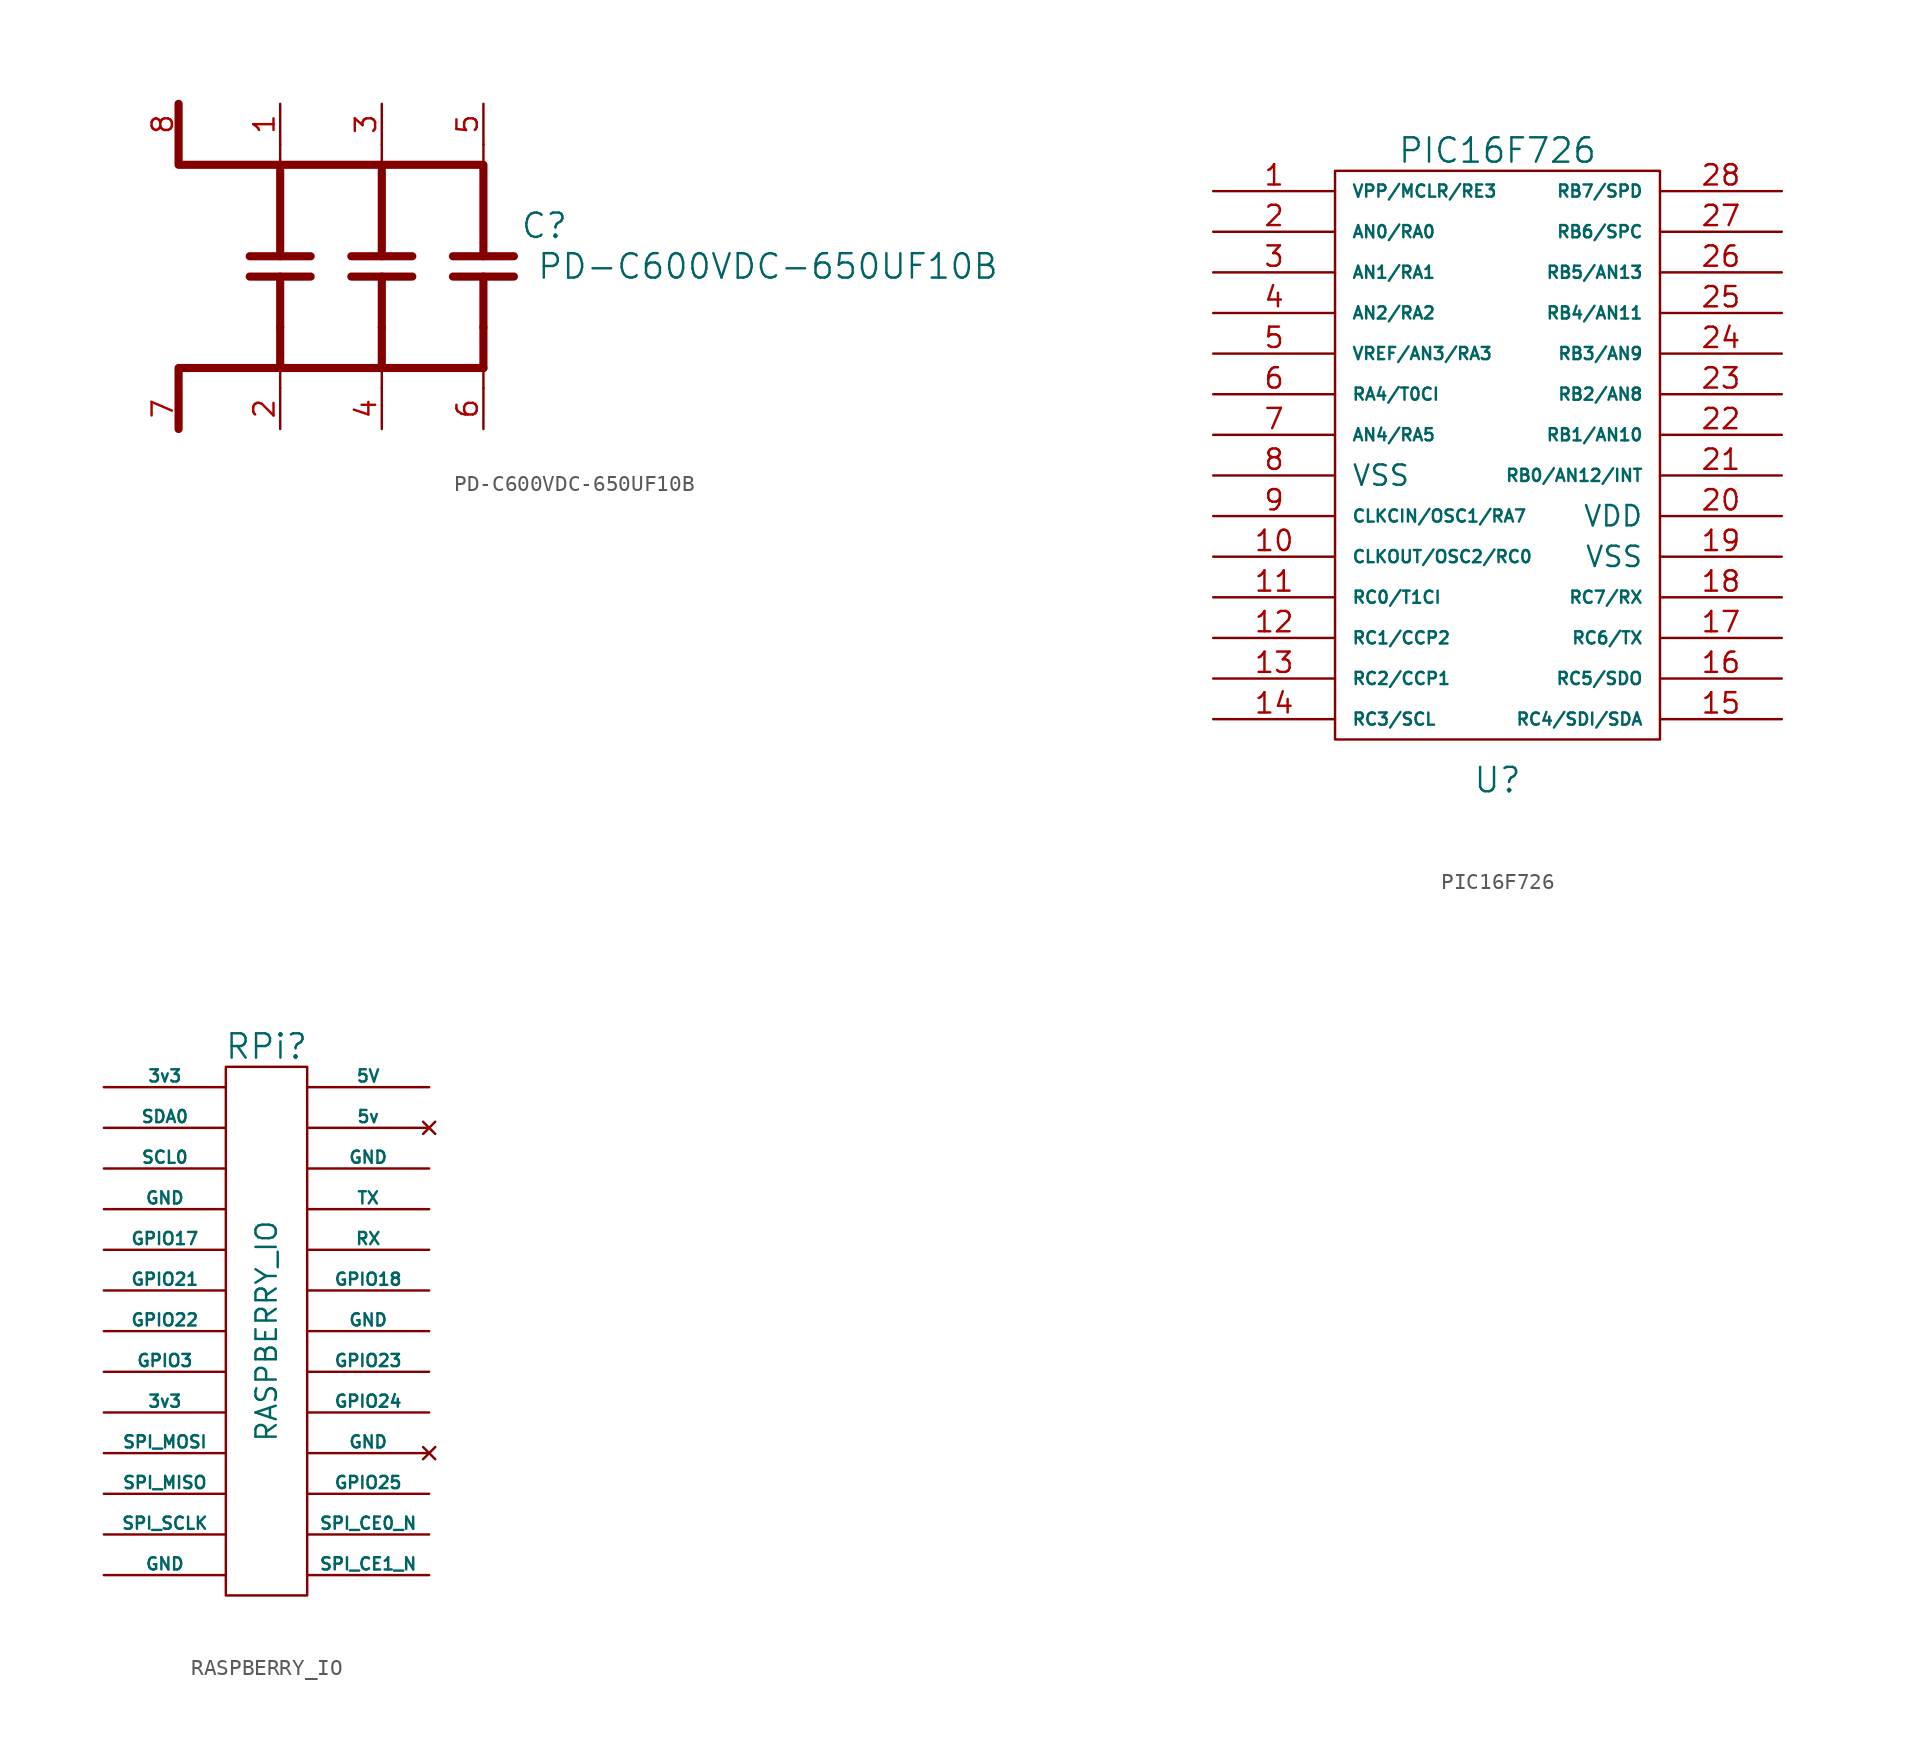
<source format=kicad_sym>
(kicad_symbol_lib
  (version 20211014)
  (generator kicad_symbol_editor)
  (symbol "PD-C600VDC-650UF10B"
    (pin_names
      (offset 1.016))
    (property "Reference" "C"
      (at 10.16 2.54 0)
      (effects (font (size 1.524 1.524))))
    (property "Value" "PD-C600VDC-650UF10B"
      (at 24.13 0 0)
      (effects (font (size 1.524 1.524))))
    (symbol "PD-C600VDC-650UF10B_0_1"
      (polyline (pts (xy -6.35 -7.62) (xy -6.35 -6.35)) (stroke (width 0) (type default) (color 0 0 0 0)) (fill (type none)))
      (polyline (pts (xy -6.35 -3.81) (xy -6.35 -6.35)) (stroke (width 0.508) (type default) (color 0 0 0 0)) (fill (type none)))
      (polyline (pts (xy -6.35 -0.635) (xy -6.35 -3.81)) (stroke (width 0.508) (type default) (color 0 0 0 0)) (fill (type none)))
      (polyline (pts (xy -6.35 0.635) (xy -6.35 6.35)) (stroke (width 0.508) (type default) (color 0 0 0 0)) (fill (type none)))
      (polyline (pts (xy -6.35 7.62) (xy -6.35 6.35)) (stroke (width 0) (type default) (color 0 0 0 0)) (fill (type none)))
      (polyline (pts (xy -1.905 0.635) (xy 1.905 0.635)) (stroke (width 0.508) (type default) (color 0 0 0 0)) (fill (type none)))
      (polyline (pts (xy 0 -7.62) (xy 0 -6.35)) (stroke (width 0) (type default) (color 0 0 0 0)) (fill (type none)))
      (polyline (pts (xy 0 -3.81) (xy 0 -6.35)) (stroke (width 0.508) (type default) (color 0 0 0 0)) (fill (type none)))
      (polyline (pts (xy 0 -0.635) (xy 0 -3.81)) (stroke (width 0.508) (type default) (color 0 0 0 0)) (fill (type none)))
      (polyline (pts (xy 0 0.635) (xy 0 6.35)) (stroke (width 0.508) (type default) (color 0 0 0 0)) (fill (type none)))
      (polyline (pts (xy 0 7.62) (xy 0 6.35)) (stroke (width 0) (type default) (color 0 0 0 0)) (fill (type none)))
      (polyline (pts (xy 1.905 -0.635) (xy -1.905 -0.635)) (stroke (width 0.508) (type default) (color 0 0 0 0)) (fill (type none)))
      (polyline (pts (xy 6.35 -7.62) (xy 6.35 -6.35)) (stroke (width 0) (type default) (color 0 0 0 0)) (fill (type none)))
      (polyline (pts (xy 6.35 -3.81) (xy 6.35 -6.35)) (stroke (width 0.508) (type default) (color 0 0 0 0)) (fill (type none)))
      (polyline (pts (xy 6.35 -0.635) (xy 6.35 -3.81)) (stroke (width 0.508) (type default) (color 0 0 0 0)) (fill (type none)))
      (polyline (pts (xy 6.35 -6.35) (xy -12.7 -6.35) (xy -12.7 -10.16)) (stroke (width 0.508) (type default) (color 0 0 0 0)) (fill (type none)))
      (polyline (pts (xy 6.35 0.635) (xy 6.35 6.35) (xy -12.7 6.35) (xy -12.7 10.16)) (stroke (width 0.508) (type default) (color 0 0 0 0)) (fill (type none))))
    (symbol "PD-C600VDC-650UF10B_1_1"
      (polyline (pts (xy -8.255 0.635) (xy -4.445 0.635)) (stroke (width 0.508) (type default) (color 0 0 0 0)) (fill (type none)))
      (polyline (pts (xy -4.445 -0.635) (xy -8.255 -0.635)) (stroke (width 0.508) (type default) (color 0 0 0 0)) (fill (type none)))
      (polyline (pts (xy 4.445 0.635) (xy 8.255 0.635)) (stroke (width 0.508) (type default) (color 0 0 0 0)) (fill (type none)))
      (polyline (pts (xy 6.35 7.62) (xy 6.35 6.35)) (stroke (width 0) (type default) (color 0 0 0 0)) (fill (type none)))
      (polyline (pts (xy 8.255 -0.635) (xy 4.445 -0.635)) (stroke (width 0.508) (type default) (color 0 0 0 0)) (fill (type none)))
      (pin passive line (at -6.35 10.16 270) (length 2.54) (name "~" (effects (font (size 1.27 1.27)))) (number "1" (effects (font (size 1.27 1.27)))))
      (pin passive line (at -6.35 -10.16 90) (length 2.54) (name "~" (effects (font (size 1.27 1.27)))) (number "2" (effects (font (size 1.27 1.27)))))
      (pin passive line (at 0 10.16 270) (length 2.54) (name "~" (effects (font (size 1.27 1.27)))) (number "3" (effects (font (size 1.27 1.27)))))
      (pin passive line (at 0 -10.16 90) (length 2.54) (name "~" (effects (font (size 1.27 1.27)))) (number "4" (effects (font (size 1.27 1.27)))))
      (pin passive line (at 6.35 10.16 270) (length 2.54) (name "~" (effects (font (size 1.27 1.27)))) (number "5" (effects (font (size 1.27 1.27)))))
      (pin passive line (at 6.35 -10.16 90) (length 2.54) (name "~" (effects (font (size 1.27 1.27)))) (number "6" (effects (font (size 1.27 1.27)))))
      (pin passive line (at -12.7 -10.16 90) (length 2.54) (name "~" (effects (font (size 1.27 1.27)))) (number "7" (effects (font (size 1.27 1.27)))))
      (pin passive line (at -12.7 10.16 270) (length 2.54) (name "~" (effects (font (size 1.27 1.27)))) (number "8" (effects (font (size 1.27 1.27)))))))
  (symbol "PIC16F726"
    (pin_names
      (offset 1.016))
    (property "Reference" "U"
      (at 0 -20.32 0)
      (effects (font (size 1.524 1.524))))
    (property "Value" "PIC16F726"
      (at 0 19.05 0)
      (effects (font (size 1.524 1.524))))
    (property "Footprint" ""
      (at 0 0 0)
      (effects (font (size 1.524 1.524))))
    (property "Datasheet" ""
      (at 0 0 0)
      (effects (font (size 1.524 1.524))))
    (symbol "PIC16F726_0_1"
      (rectangle (start -10.16 17.78) (end 10.16 -17.78) (stroke (width 0) (type default) (color 0 0 0 0)) (fill (type none))))
    (symbol "PIC16F726_1_1"
      (pin input line (at -17.78 16.51 0) (length 7.62) (name "VPP/MCLR/RE3" (effects (font (size 0.762 0.762)))) (number "1" (effects (font (size 1.27 1.27)))))
      (pin input line (at -17.78 -6.35 0) (length 7.62) (name "CLKOUT/OSC2/RC0" (effects (font (size 0.762 0.762)))) (number "10" (effects (font (size 1.27 1.27)))))
      (pin input line (at -17.78 -8.89 0) (length 7.62) (name "RC0/T1CI" (effects (font (size 0.762 0.762)))) (number "11" (effects (font (size 1.27 1.27)))))
      (pin input line (at -17.78 -11.43 0) (length 7.62) (name "RC1/CCP2" (effects (font (size 0.762 0.762)))) (number "12" (effects (font (size 1.27 1.27)))))
      (pin input line (at -17.78 -13.97 0) (length 7.62) (name "RC2/CCP1" (effects (font (size 0.762 0.762)))) (number "13" (effects (font (size 1.27 1.27)))))
      (pin input line (at -17.78 -16.51 0) (length 7.62) (name "RC3/SCL" (effects (font (size 0.762 0.762)))) (number "14" (effects (font (size 1.27 1.27)))))
      (pin input line (at 17.78 -16.51 180) (length 7.62) (name "RC4/SDI/SDA" (effects (font (size 0.762 0.762)))) (number "15" (effects (font (size 1.27 1.27)))))
      (pin input line (at 17.78 -13.97 180) (length 7.62) (name "RC5/SDO" (effects (font (size 0.762 0.762)))) (number "16" (effects (font (size 1.27 1.27)))))
      (pin input line (at 17.78 -11.43 180) (length 7.62) (name "RC6/TX" (effects (font (size 0.762 0.762)))) (number "17" (effects (font (size 1.27 1.27)))))
      (pin input line (at 17.78 -8.89 180) (length 7.62) (name "RC7/RX" (effects (font (size 0.762 0.762)))) (number "18" (effects (font (size 1.27 1.27)))))
      (pin input line (at 17.78 -6.35 180) (length 7.62) (name "VSS" (effects (font (size 1.27 1.27)))) (number "19" (effects (font (size 1.27 1.27)))))
      (pin input line (at -17.78 13.97 0) (length 7.62) (name "AN0/RA0" (effects (font (size 0.762 0.762)))) (number "2" (effects (font (size 1.27 1.27)))))
      (pin input line (at 17.78 -3.81 180) (length 7.62) (name "VDD" (effects (font (size 1.27 1.27)))) (number "20" (effects (font (size 1.27 1.27)))))
      (pin input line (at 17.78 -1.27 180) (length 7.62) (name "RB0/AN12/INT" (effects (font (size 0.762 0.762)))) (number "21" (effects (font (size 1.27 1.27)))))
      (pin input line (at 17.78 1.27 180) (length 7.62) (name "RB1/AN10" (effects (font (size 0.762 0.762)))) (number "22" (effects (font (size 1.27 1.27)))))
      (pin input line (at 17.78 3.81 180) (length 7.62) (name "RB2/AN8" (effects (font (size 0.762 0.762)))) (number "23" (effects (font (size 1.27 1.27)))))
      (pin input line (at 17.78 6.35 180) (length 7.62) (name "RB3/AN9" (effects (font (size 0.762 0.762)))) (number "24" (effects (font (size 1.27 1.27)))))
      (pin input line (at 17.78 8.89 180) (length 7.62) (name "RB4/AN11" (effects (font (size 0.762 0.762)))) (number "25" (effects (font (size 1.27 1.27)))))
      (pin input line (at 17.78 11.43 180) (length 7.62) (name "RB5/AN13" (effects (font (size 0.762 0.762)))) (number "26" (effects (font (size 1.27 1.27)))))
      (pin input line (at 17.78 13.97 180) (length 7.62) (name "RB6/SPC" (effects (font (size 0.762 0.762)))) (number "27" (effects (font (size 1.27 1.27)))))
      (pin input line (at 17.78 16.51 180) (length 7.62) (name "RB7/SPD" (effects (font (size 0.762 0.762)))) (number "28" (effects (font (size 1.27 1.27)))))
      (pin input line (at -17.78 11.43 0) (length 7.62) (name "AN1/RA1" (effects (font (size 0.762 0.762)))) (number "3" (effects (font (size 1.27 1.27)))))
      (pin input line (at -17.78 8.89 0) (length 7.62) (name "AN2/RA2" (effects (font (size 0.762 0.762)))) (number "4" (effects (font (size 1.27 1.27)))))
      (pin input line (at -17.78 6.35 0) (length 7.62) (name "VREF/AN3/RA3" (effects (font (size 0.762 0.762)))) (number "5" (effects (font (size 1.27 1.27)))))
      (pin input line (at -17.78 3.81 0) (length 7.62) (name "RA4/T0CI" (effects (font (size 0.762 0.762)))) (number "6" (effects (font (size 1.27 1.27)))))
      (pin input line (at -17.78 1.27 0) (length 7.62) (name "AN4/RA5" (effects (font (size 0.762 0.762)))) (number "7" (effects (font (size 1.27 1.27)))))
      (pin input line (at -17.78 -1.27 0) (length 7.62) (name "VSS" (effects (font (size 1.27 1.27)))) (number "8" (effects (font (size 1.27 1.27)))))
      (pin input line (at -17.78 -3.81 0) (length 7.62) (name "CLKCIN/OSC1/RA7" (effects (font (size 0.762 0.762)))) (number "9" (effects (font (size 1.27 1.27)))))))
  (symbol "RASPBERRY_IO"
    (pin_numbers hide)
    (pin_names
      (offset 0))
    (property "Reference" "RPi"
      (at 0 17.78 0)
      (effects (font (size 1.524 1.524))))
    (property "Value" "RASPBERRY_IO"
      (at 0 0 90)
      (effects (font (size 1.27 1.27))))
    (property "Footprint" ""
      (at 0 0 0)
      (effects (font (size 1.524 1.524))))
    (property "Datasheet" ""
      (at 0 0 0)
      (effects (font (size 1.524 1.524))))
    (symbol "RASPBERRY_IO_0_1"
      (rectangle (start -2.54 16.51) (end 2.54 -16.51) (stroke (width 0) (type default) (color 0 0 0 0)) (fill (type none))))
    (symbol "RASPBERRY_IO_1_1"
      (pin power_out line (at -10.16 15.24 0) (length 7.62) (name "3v3" (effects (font (size 0.762 0.762)))) (number "1" (effects (font (size 1.016 1.016)))))
      (pin input line (at 10.16 5.08 180) (length 7.62) (name "RX" (effects (font (size 0.762 0.762)))) (number "10" (effects (font (size 1.016 1.016)))))
      (pin bidirectional line (at -10.16 2.54 0) (length 7.62) (name "GPIO21" (effects (font (size 0.762 0.762)))) (number "11" (effects (font (size 1.016 1.016)))))
      (pin bidirectional line (at 10.16 2.54 180) (length 7.62) (name "GPIO18" (effects (font (size 0.762 0.762)))) (number "12" (effects (font (size 1.016 1.016)))))
      (pin bidirectional line (at -10.16 0 0) (length 7.62) (name "GPIO22" (effects (font (size 0.762 0.762)))) (number "13" (effects (font (size 1.016 1.016)))))
      (pin input line (at 10.16 0 180) (length 7.62) (name "GND" (effects (font (size 0.762 0.762)))) (number "14" (effects (font (size 1.016 1.016)))))
      (pin bidirectional line (at -10.16 -2.54 0) (length 7.62) (name "GPIO3" (effects (font (size 0.762 0.762)))) (number "15" (effects (font (size 1.016 1.016)))))
      (pin bidirectional line (at 10.16 -2.54 180) (length 7.62) (name "GPIO23" (effects (font (size 0.762 0.762)))) (number "16" (effects (font (size 1.016 1.016)))))
      (pin input line (at -10.16 -5.08 0) (length 7.62) (name "3v3" (effects (font (size 0.762 0.762)))) (number "17" (effects (font (size 1.016 1.016)))))
      (pin bidirectional line (at 10.16 -5.08 180) (length 7.62) (name "GPIO24" (effects (font (size 0.762 0.762)))) (number "18" (effects (font (size 1.016 1.016)))))
      (pin output line (at -10.16 -7.62 0) (length 7.62) (name "SPI_MOSI" (effects (font (size 0.762 0.762)))) (number "19" (effects (font (size 1.016 1.016)))))
      (pin power_out line (at 10.16 15.24 180) (length 7.62) (name "5V" (effects (font (size 0.762 0.762)))) (number "2" (effects (font (size 1.016 1.016)))))
      (pin no_connect line (at 10.16 -7.62 180) (length 7.62) (name "GND" (effects (font (size 0.762 0.762)))) (number "20" (effects (font (size 1.016 1.016)))))
      (pin input line (at -10.16 -10.16 0) (length 7.62) (name "SPI_MISO" (effects (font (size 0.762 0.762)))) (number "21" (effects (font (size 1.016 1.016)))))
      (pin bidirectional line (at 10.16 -10.16 180) (length 7.62) (name "GPIO25" (effects (font (size 0.762 0.762)))) (number "22" (effects (font (size 1.016 1.016)))))
      (pin output line (at -10.16 -12.7 0) (length 7.62) (name "SPI_SCLK" (effects (font (size 0.762 0.762)))) (number "23" (effects (font (size 1.016 1.016)))))
      (pin bidirectional line (at 10.16 -12.7 180) (length 7.62) (name "SPI_CE0_N" (effects (font (size 0.762 0.762)))) (number "24" (effects (font (size 1.016 1.016)))))
      (pin input line (at -10.16 -15.24 0) (length 7.62) (name "GND" (effects (font (size 0.762 0.762)))) (number "25" (effects (font (size 1.016 1.016)))))
      (pin bidirectional line (at 10.16 -15.24 180) (length 7.62) (name "SPI_CE1_N" (effects (font (size 0.762 0.762)))) (number "26" (effects (font (size 1.016 1.016)))))
      (pin bidirectional line (at -10.16 12.7 0) (length 7.62) (name "SDA0" (effects (font (size 0.762 0.762)))) (number "3" (effects (font (size 1.016 1.016)))))
      (pin no_connect line (at 10.16 12.7 180) (length 7.62) (name "5v" (effects (font (size 0.762 0.762)))) (number "4" (effects (font (size 1.016 1.016)))))
      (pin output line (at -10.16 10.16 0) (length 7.62) (name "SCL0" (effects (font (size 0.762 0.762)))) (number "5" (effects (font (size 1.016 1.016)))))
      (pin power_out line (at 10.16 10.16 180) (length 7.62) (name "GND" (effects (font (size 0.762 0.762)))) (number "6" (effects (font (size 1.016 1.016)))))
      (pin bidirectional line (at -10.16 7.62 0) (length 7.62) (name "GND" (effects (font (size 0.762 0.762)))) (number "7" (effects (font (size 1.016 1.016)))))
      (pin output line (at 10.16 7.62 180) (length 7.62) (name "TX" (effects (font (size 0.762 0.762)))) (number "8" (effects (font (size 1.016 1.016)))))
      (pin input line (at -10.16 5.08 0) (length 7.62) (name "GPIO17" (effects (font (size 0.762 0.762)))) (number "9" (effects (font (size 1.016 1.016))))))))
</source>
